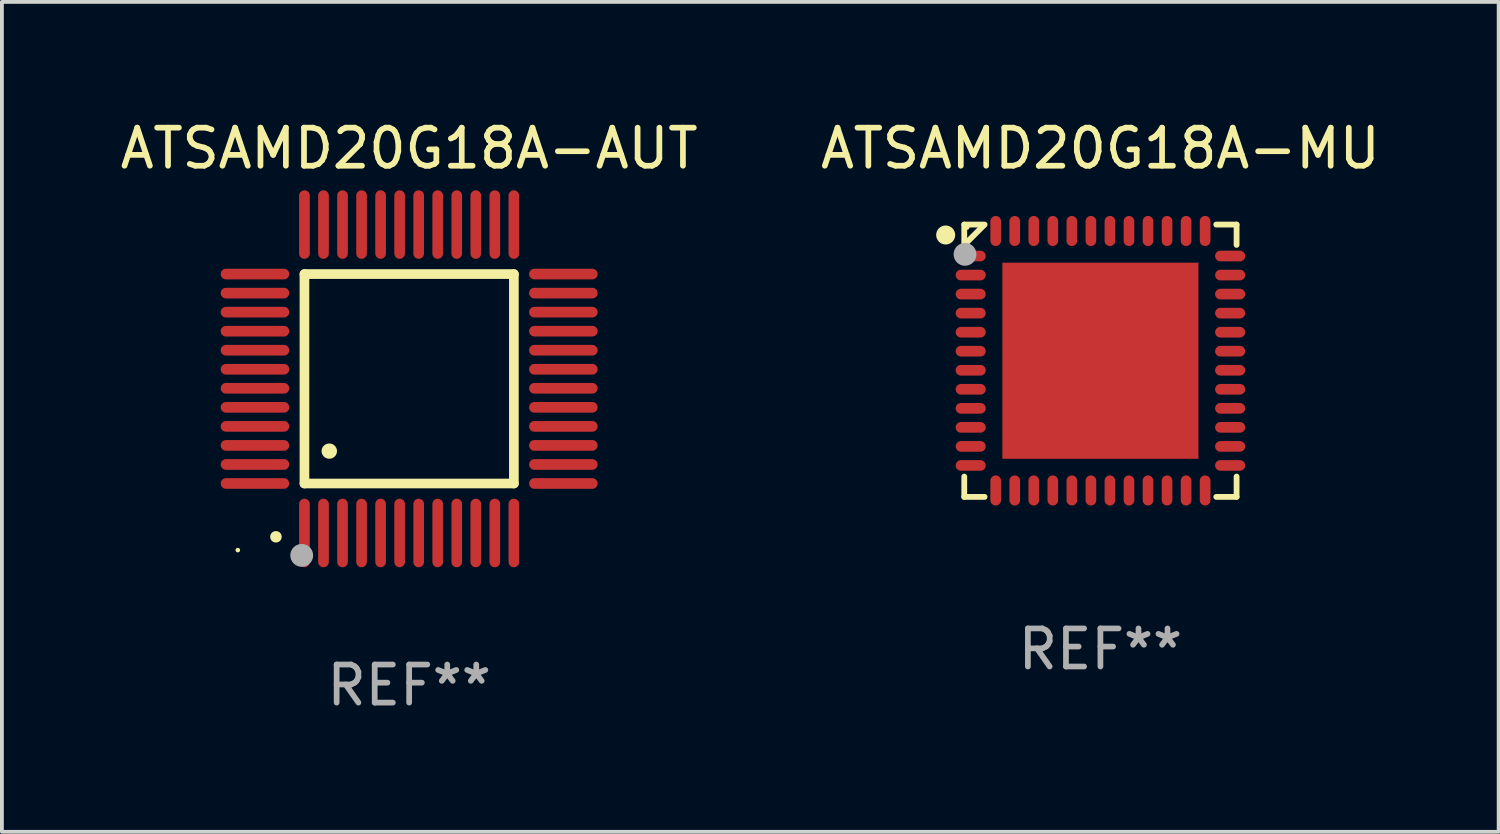
<source format=kicad_pcb>
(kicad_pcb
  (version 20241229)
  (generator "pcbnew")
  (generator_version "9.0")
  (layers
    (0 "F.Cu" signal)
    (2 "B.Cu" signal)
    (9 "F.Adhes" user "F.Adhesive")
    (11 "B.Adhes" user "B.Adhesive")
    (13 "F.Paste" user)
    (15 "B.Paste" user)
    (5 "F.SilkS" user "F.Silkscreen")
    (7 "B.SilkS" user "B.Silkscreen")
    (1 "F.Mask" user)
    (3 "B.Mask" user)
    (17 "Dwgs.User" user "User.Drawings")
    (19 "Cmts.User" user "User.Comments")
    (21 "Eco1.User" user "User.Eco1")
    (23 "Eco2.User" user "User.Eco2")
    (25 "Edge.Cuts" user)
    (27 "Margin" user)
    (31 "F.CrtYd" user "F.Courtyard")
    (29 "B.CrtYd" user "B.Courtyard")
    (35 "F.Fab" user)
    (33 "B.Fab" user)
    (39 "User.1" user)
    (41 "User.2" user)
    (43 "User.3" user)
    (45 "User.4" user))
  (footprint "ATSAMD20G18A-MU"
    (layer "F.Cu")
    (at 25.851 6.424)
    (property "Reference" "ATSAMD20G18A-MU" (at 0 -5.576 0) (layer "F.SilkS") (effects (font (size 1 1) (thickness 0.15))))
    (attr through_hole)
    (fp_line (start -3.576 -3.576) (end -3.042 -3.576) (stroke (width 0.152) (type solid)) (layer "F.SilkS"))
    (fp_line (start -3.576 -3.042) (end -3.576 -3.576) (stroke (width 0.152) (type solid)) (layer "F.SilkS"))
    (fp_line (start -3.576 3.042) (end -3.576 3.576) (stroke (width 0.152) (type solid)) (layer "F.SilkS"))
    (fp_line (start -3.576 3.576) (end -3.042 3.576) (stroke (width 0.152) (type solid)) (layer "F.SilkS"))
    (fp_line (start -3.069 -3.549) (end -3.549 -3.069) (stroke (width 0.152) (type solid)) (layer "F.SilkS"))
    (fp_line (start 3.576 -3.576) (end 3.042 -3.576) (stroke (width 0.152) (type solid)) (layer "F.SilkS"))
    (fp_line (start 3.576 -3.042) (end 3.576 -3.576) (stroke (width 0.152) (type solid)) (layer "F.SilkS"))
    (fp_line (start 3.576 3.042) (end 3.576 3.576) (stroke (width 0.152) (type solid)) (layer "F.SilkS"))
    (fp_line (start 3.576 3.576) (end 3.042 3.576) (stroke (width 0.152) (type solid)) (layer "F.SilkS"))
    (fp_circle (center -4.064 -3.302) (end -3.939 -3.302) (stroke (width 0.25) (type solid)) (fill no) (layer "F.SilkS"))
    (fp_circle (center -3.5 -3.5) (end -3.47 -3.5) (stroke (width 0.06) (type solid)) (fill no) (layer "F.SilkS"))
    (fp_circle (center -3.556 -2.794) (end -3.406 -2.794) (stroke (width 0.3) (type solid)) (fill no) (layer "F.Fab"))
    (fp_text user "REF**" (at 0 7.576 0) (layer "F.Fab") (effects (font (size 1 1) (thickness 0.15))))
    (pad "1" smd oval (at -3.407 -2.75) (size 0.79 0.28) (layers "F.Cu" "F.Mask" "F.Paste"))
    (pad "2" smd oval (at -3.407 -2.25) (size 0.79 0.28) (layers "F.Cu" "F.Mask" "F.Paste"))
    (pad "3" smd oval (at -3.407 -1.75) (size 0.79 0.28) (layers "F.Cu" "F.Mask" "F.Paste"))
    (pad "4" smd oval (at -3.407 -1.25) (size 0.79 0.28) (layers "F.Cu" "F.Mask" "F.Paste"))
    (pad "5" smd oval (at -3.407 -0.75) (size 0.79 0.28) (layers "F.Cu" "F.Mask" "F.Paste"))
    (pad "6" smd oval (at -3.407 -0.25) (size 0.79 0.28) (layers "F.Cu" "F.Mask" "F.Paste"))
    (pad "7" smd oval (at -3.407 0.25) (size 0.79 0.28) (layers "F.Cu" "F.Mask" "F.Paste"))
    (pad "8" smd oval (at -3.407 0.75) (size 0.79 0.28) (layers "F.Cu" "F.Mask" "F.Paste"))
    (pad "9" smd oval (at -3.407 1.25) (size 0.79 0.28) (layers "F.Cu" "F.Mask" "F.Paste"))
    (pad "10" smd oval (at -3.407 1.75) (size 0.79 0.28) (layers "F.Cu" "F.Mask" "F.Paste"))
    (pad "11" smd oval (at -3.407 2.25) (size 0.79 0.28) (layers "F.Cu" "F.Mask" "F.Paste"))
    (pad "12" smd oval (at -3.407 2.75) (size 0.79 0.28) (layers "F.Cu" "F.Mask" "F.Paste"))
    (pad "13" smd oval (at -2.75 3.407) (size 0.28 0.79) (layers "F.Cu" "F.Mask" "F.Paste"))
    (pad "14" smd oval (at -2.25 3.407) (size 0.28 0.79) (layers "F.Cu" "F.Mask" "F.Paste"))
    (pad "15" smd oval (at -1.75 3.407) (size 0.28 0.79) (layers "F.Cu" "F.Mask" "F.Paste"))
    (pad "16" smd oval (at -1.25 3.407) (size 0.28 0.79) (layers "F.Cu" "F.Mask" "F.Paste"))
    (pad "17" smd oval (at -0.75 3.407) (size 0.28 0.79) (layers "F.Cu" "F.Mask" "F.Paste"))
    (pad "18" smd oval (at -0.25 3.407) (size 0.28 0.79) (layers "F.Cu" "F.Mask" "F.Paste"))
    (pad "19" smd oval (at 0.25 3.407) (size 0.28 0.79) (layers "F.Cu" "F.Mask" "F.Paste"))
    (pad "20" smd oval (at 0.75 3.407) (size 0.28 0.79) (layers "F.Cu" "F.Mask" "F.Paste"))
    (pad "21" smd oval (at 1.25 3.407) (size 0.28 0.79) (layers "F.Cu" "F.Mask" "F.Paste"))
    (pad "22" smd oval (at 1.75 3.407) (size 0.28 0.79) (layers "F.Cu" "F.Mask" "F.Paste"))
    (pad "23" smd oval (at 2.25 3.407) (size 0.28 0.79) (layers "F.Cu" "F.Mask" "F.Paste"))
    (pad "24" smd oval (at 2.75 3.407) (size 0.28 0.79) (layers "F.Cu" "F.Mask" "F.Paste"))
    (pad "25" smd oval (at 3.407 2.75) (size 0.79 0.28) (layers "F.Cu" "F.Mask" "F.Paste"))
    (pad "26" smd oval (at 3.407 2.25) (size 0.79 0.28) (layers "F.Cu" "F.Mask" "F.Paste"))
    (pad "27" smd oval (at 3.407 1.75) (size 0.79 0.28) (layers "F.Cu" "F.Mask" "F.Paste"))
    (pad "28" smd oval (at 3.407 1.25) (size 0.79 0.28) (layers "F.Cu" "F.Mask" "F.Paste"))
    (pad "29" smd oval (at 3.407 0.75) (size 0.79 0.28) (layers "F.Cu" "F.Mask" "F.Paste"))
    (pad "30" smd oval (at 3.407 0.25) (size 0.79 0.28) (layers "F.Cu" "F.Mask" "F.Paste"))
    (pad "31" smd oval (at 3.407 -0.25) (size 0.79 0.28) (layers "F.Cu" "F.Mask" "F.Paste"))
    (pad "32" smd oval (at 3.407 -0.75) (size 0.79 0.28) (layers "F.Cu" "F.Mask" "F.Paste"))
    (pad "33" smd oval (at 3.407 -1.25) (size 0.79 0.28) (layers "F.Cu" "F.Mask" "F.Paste"))
    (pad "34" smd oval (at 3.407 -1.75) (size 0.79 0.28) (layers "F.Cu" "F.Mask" "F.Paste"))
    (pad "35" smd oval (at 3.407 -2.25) (size 0.79 0.28) (layers "F.Cu" "F.Mask" "F.Paste"))
    (pad "36" smd oval (at 3.407 -2.75) (size 0.79 0.28) (layers "F.Cu" "F.Mask" "F.Paste"))
    (pad "37" smd oval (at 2.75 -3.407) (size 0.28 0.79) (layers "F.Cu" "F.Mask" "F.Paste"))
    (pad "38" smd oval (at 2.25 -3.407) (size 0.28 0.79) (layers "F.Cu" "F.Mask" "F.Paste"))
    (pad "39" smd oval (at 1.75 -3.407) (size 0.28 0.79) (layers "F.Cu" "F.Mask" "F.Paste"))
    (pad "40" smd oval (at 1.25 -3.407) (size 0.28 0.79) (layers "F.Cu" "F.Mask" "F.Paste"))
    (pad "41" smd oval (at 0.75 -3.407) (size 0.28 0.79) (layers "F.Cu" "F.Mask" "F.Paste"))
    (pad "42" smd oval (at 0.25 -3.407) (size 0.28 0.79) (layers "F.Cu" "F.Mask" "F.Paste"))
    (pad "43" smd oval (at -0.25 -3.407) (size 0.28 0.79) (layers "F.Cu" "F.Mask" "F.Paste"))
    (pad "44" smd oval (at -0.75 -3.407) (size 0.28 0.79) (layers "F.Cu" "F.Mask" "F.Paste"))
    (pad "45" smd oval (at -1.25 -3.407) (size 0.28 0.79) (layers "F.Cu" "F.Mask" "F.Paste"))
    (pad "46" smd oval (at -1.75 -3.407) (size 0.28 0.79) (layers "F.Cu" "F.Mask" "F.Paste"))
    (pad "47" smd oval (at -2.25 -3.407) (size 0.28 0.79) (layers "F.Cu" "F.Mask" "F.Paste"))
    (pad "48" smd oval (at -2.75 -3.407) (size 0.28 0.79) (layers "F.Cu" "F.Mask" "F.Paste"))
    (pad "49" smd rect (at 0 0) (size 5.15 5.15) (layers "F.Cu" "F.Mask" "F.Paste")))
  (footprint "ATSAMD20G18A-AUT"
    (layer "F.Cu")
    (at 7.696 6.898)
    (property "Reference" "ATSAMD20G18A-AUT" (at 0 -6.05 0) (layer "F.SilkS") (effects (font (size 1 1) (thickness 0.15))))
    (attr through_hole)
    (fp_line (start -2.75 -2.75) (end 2.75 -2.75) (stroke (width 0.254) (type solid)) (layer "F.SilkS"))
    (fp_line (start -2.75 2.75) (end -2.75 -2.75) (stroke (width 0.254) (type solid)) (layer "F.SilkS"))
    (fp_line (start 2.75 -2.75) (end 2.75 2.75) (stroke (width 0.254) (type solid)) (layer "F.SilkS"))
    (fp_line (start 2.75 2.75) (end -2.75 2.75) (stroke (width 0.254) (type solid)) (layer "F.SilkS"))
    (fp_arc (start -3.500127 4.150368) (mid -3.498857 4.150363) (end -3.497587 4.150368) (stroke (width 0.3) (type solid)) (layer "F.SilkS"))
    (fp_arc (start -2.100584 1.899924) (mid -2.098044 1.899908) (end -2.095504 1.899924) (stroke (width 0.4) (type solid)) (layer "F.SilkS"))
    (fp_circle (center -4.5 4.5) (end -4.47 4.5) (stroke (width 0.06) (type solid)) (fill no) (layer "F.SilkS"))
    (fp_circle (center -2.822 4.638) (end -2.672 4.638) (stroke (width 0.3) (type solid)) (fill no) (layer "F.Fab"))
    (fp_text user "REF**" (at 0 8.05 0) (layer "F.Fab") (effects (font (size 1 1) (thickness 0.15))))
    (pad "1" smd oval (at -2.75 4.05) (size 0.28 1.8) (layers "F.Cu" "F.Mask" "F.Paste"))
    (pad "2" smd oval (at -2.25 4.05) (size 0.28 1.8) (layers "F.Cu" "F.Mask" "F.Paste"))
    (pad "3" smd oval (at -1.75 4.05) (size 0.28 1.8) (layers "F.Cu" "F.Mask" "F.Paste"))
    (pad "4" smd oval (at -1.25 4.05) (size 0.28 1.8) (layers "F.Cu" "F.Mask" "F.Paste"))
    (pad "5" smd oval (at -0.75 4.05) (size 0.28 1.8) (layers "F.Cu" "F.Mask" "F.Paste"))
    (pad "6" smd oval (at -0.25 4.05) (size 0.28 1.8) (layers "F.Cu" "F.Mask" "F.Paste"))
    (pad "7" smd oval (at 0.25 4.05) (size 0.28 1.8) (layers "F.Cu" "F.Mask" "F.Paste"))
    (pad "8" smd oval (at 0.75 4.05) (size 0.28 1.8) (layers "F.Cu" "F.Mask" "F.Paste"))
    (pad "9" smd oval (at 1.25 4.05) (size 0.28 1.8) (layers "F.Cu" "F.Mask" "F.Paste"))
    (pad "10" smd oval (at 1.75 4.05) (size 0.28 1.8) (layers "F.Cu" "F.Mask" "F.Paste"))
    (pad "11" smd oval (at 2.25 4.05) (size 0.28 1.8) (layers "F.Cu" "F.Mask" "F.Paste"))
    (pad "12" smd oval (at 2.75 4.05) (size 0.28 1.8) (layers "F.Cu" "F.Mask" "F.Paste"))
    (pad "13" smd oval (at 4.05 2.75) (size 1.8 0.28) (layers "F.Cu" "F.Mask" "F.Paste"))
    (pad "14" smd oval (at 4.05 2.25) (size 1.8 0.28) (layers "F.Cu" "F.Mask" "F.Paste"))
    (pad "15" smd oval (at 4.05 1.75) (size 1.8 0.28) (layers "F.Cu" "F.Mask" "F.Paste"))
    (pad "16" smd oval (at 4.05 1.25) (size 1.8 0.28) (layers "F.Cu" "F.Mask" "F.Paste"))
    (pad "17" smd oval (at 4.05 0.75) (size 1.8 0.28) (layers "F.Cu" "F.Mask" "F.Paste"))
    (pad "18" smd oval (at 4.05 0.25) (size 1.8 0.28) (layers "F.Cu" "F.Mask" "F.Paste"))
    (pad "19" smd oval (at 4.05 -0.25) (size 1.8 0.28) (layers "F.Cu" "F.Mask" "F.Paste"))
    (pad "20" smd oval (at 4.05 -0.75) (size 1.8 0.28) (layers "F.Cu" "F.Mask" "F.Paste"))
    (pad "21" smd oval (at 4.05 -1.25) (size 1.8 0.28) (layers "F.Cu" "F.Mask" "F.Paste"))
    (pad "22" smd oval (at 4.05 -1.75) (size 1.8 0.28) (layers "F.Cu" "F.Mask" "F.Paste"))
    (pad "23" smd oval (at 4.05 -2.25) (size 1.8 0.28) (layers "F.Cu" "F.Mask" "F.Paste"))
    (pad "24" smd oval (at 4.05 -2.75) (size 1.8 0.28) (layers "F.Cu" "F.Mask" "F.Paste"))
    (pad "25" smd oval (at 2.75 -4.05) (size 0.28 1.8) (layers "F.Cu" "F.Mask" "F.Paste"))
    (pad "26" smd oval (at 2.25 -4.05) (size 0.28 1.8) (layers "F.Cu" "F.Mask" "F.Paste"))
    (pad "27" smd oval (at 1.75 -4.05) (size 0.28 1.8) (layers "F.Cu" "F.Mask" "F.Paste"))
    (pad "28" smd oval (at 1.25 -4.05) (size 0.28 1.8) (layers "F.Cu" "F.Mask" "F.Paste"))
    (pad "29" smd oval (at 0.75 -4.05) (size 0.28 1.8) (layers "F.Cu" "F.Mask" "F.Paste"))
    (pad "30" smd oval (at 0.25 -4.05) (size 0.28 1.8) (layers "F.Cu" "F.Mask" "F.Paste"))
    (pad "31" smd oval (at -0.25 -4.05) (size 0.28 1.8) (layers "F.Cu" "F.Mask" "F.Paste"))
    (pad "32" smd oval (at -0.75 -4.05) (size 0.28 1.8) (layers "F.Cu" "F.Mask" "F.Paste"))
    (pad "33" smd oval (at -1.25 -4.05) (size 0.28 1.8) (layers "F.Cu" "F.Mask" "F.Paste"))
    (pad "34" smd oval (at -1.75 -4.05) (size 0.28 1.8) (layers "F.Cu" "F.Mask" "F.Paste"))
    (pad "35" smd oval (at -2.25 -4.05) (size 0.28 1.8) (layers "F.Cu" "F.Mask" "F.Paste"))
    (pad "36" smd oval (at -2.75 -4.05) (size 0.28 1.8) (layers "F.Cu" "F.Mask" "F.Paste"))
    (pad "37" smd oval (at -4.05 -2.75) (size 1.8 0.28) (layers "F.Cu" "F.Mask" "F.Paste"))
    (pad "38" smd oval (at -4.05 -2.25) (size 1.8 0.28) (layers "F.Cu" "F.Mask" "F.Paste"))
    (pad "39" smd oval (at -4.05 -1.75) (size 1.8 0.28) (layers "F.Cu" "F.Mask" "F.Paste"))
    (pad "40" smd oval (at -4.05 -1.25) (size 1.8 0.28) (layers "F.Cu" "F.Mask" "F.Paste"))
    (pad "41" smd oval (at -4.05 -0.75) (size 1.8 0.28) (layers "F.Cu" "F.Mask" "F.Paste"))
    (pad "42" smd oval (at -4.05 -0.25) (size 1.8 0.28) (layers "F.Cu" "F.Mask" "F.Paste"))
    (pad "43" smd oval (at -4.05 0.25) (size 1.8 0.28) (layers "F.Cu" "F.Mask" "F.Paste"))
    (pad "44" smd oval (at -4.05 0.75) (size 1.8 0.28) (layers "F.Cu" "F.Mask" "F.Paste"))
    (pad "45" smd oval (at -4.05 1.25) (size 1.8 0.28) (layers "F.Cu" "F.Mask" "F.Paste"))
    (pad "46" smd oval (at -4.05 1.75) (size 1.8 0.28) (layers "F.Cu" "F.Mask" "F.Paste"))
    (pad "47" smd oval (at -4.05 2.25) (size 1.8 0.28) (layers "F.Cu" "F.Mask" "F.Paste"))
    (pad "48" smd oval (at -4.05 2.75) (size 1.8 0.28) (layers "F.Cu" "F.Mask" "F.Paste")))
  (gr_rect
    (start -3 -3)
    (end 36.31 18.797)
    (stroke (width 0.1) (type default))
    (fill no)
    (layer "Edge.Cuts")))
</source>
